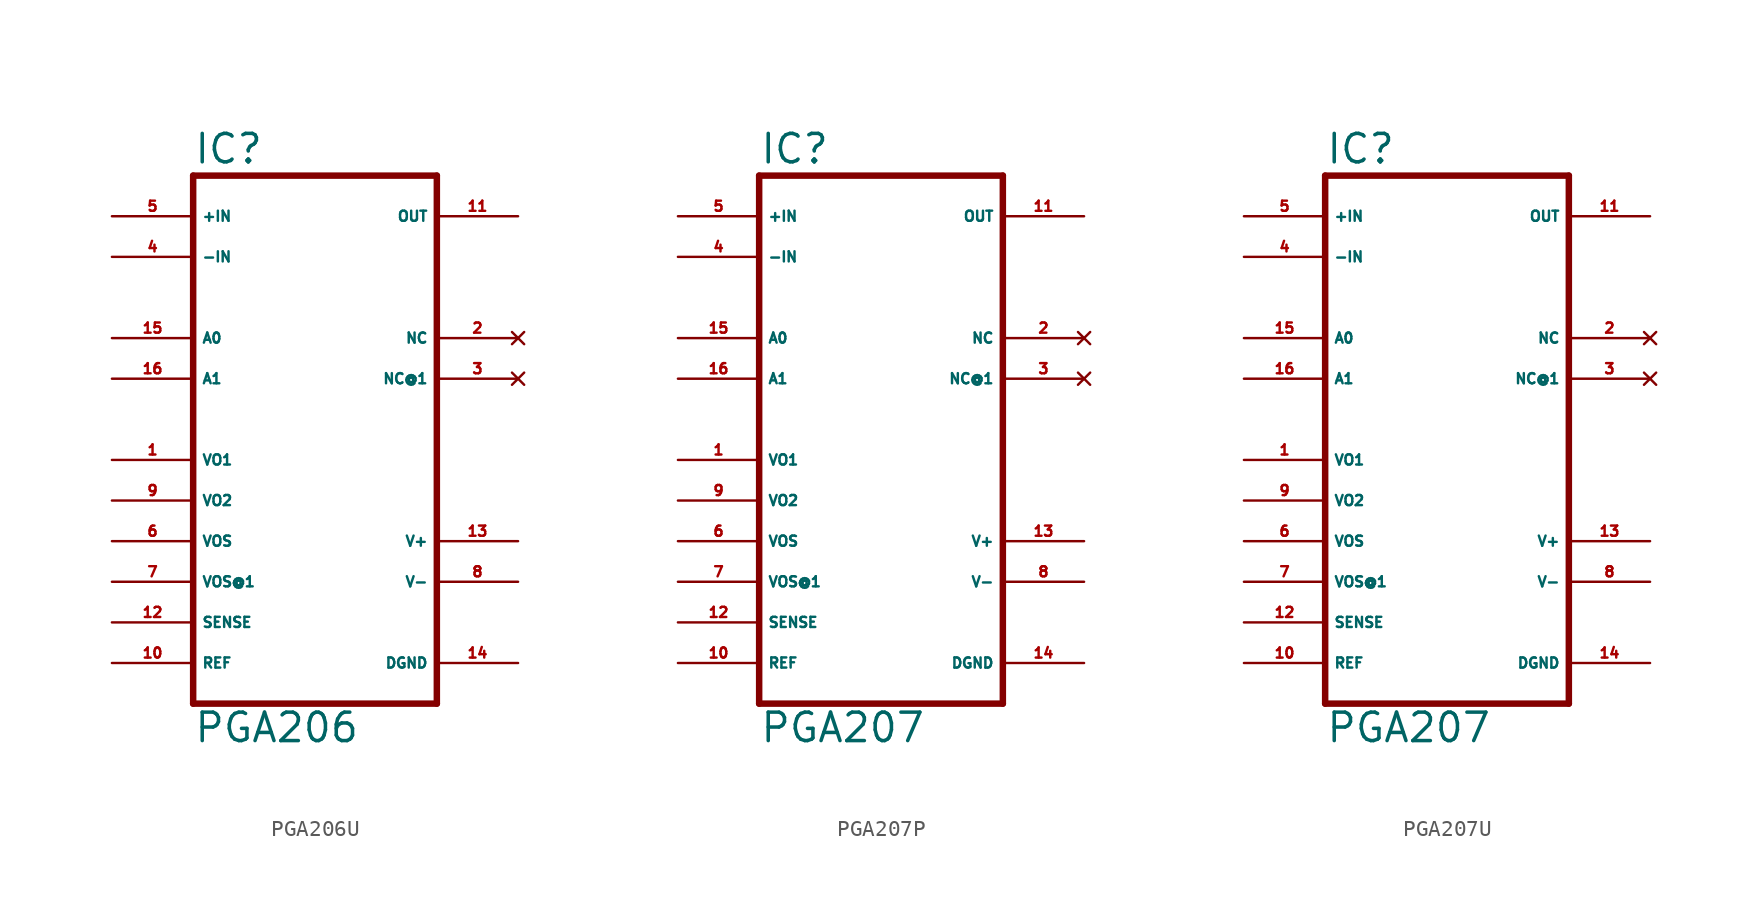
<source format=kicad_sym>
(kicad_symbol_lib
  (version 20220914)
  (generator Eagle2Kicad)
  (symbol "PGA206U"
    (property "Reference" "IC"
      (at -7.62 18.415 0)
      (effects (font (size 1.778 1.778) (thickness 0.22)) (justify left bottom)))
    (property "Value" "PGA206"
      (at -7.62 -17.78 0)
      (effects (font (size 1.778 1.778) (thickness 0.22)) (justify left bottom)))
    (polyline
      (pts (xy -7.62 -15.24) (xy 7.62 -15.24))
      (stroke (width 0.406) (type default))
      (fill (type none)))
    (polyline
      (pts (xy 7.62 -15.24) (xy 7.62 17.78))
      (stroke (width 0.406) (type default))
      (fill (type none)))
    (polyline
      (pts (xy 7.62 17.78) (xy -7.62 17.78))
      (stroke (width 0.406) (type default))
      (fill (type none)))
    (polyline
      (pts (xy -7.62 17.78) (xy -7.62 -15.24))
      (stroke (width 0.406) (type default))
      (fill (type none)))
    (pin input line
      (at -12.7 15.24 0)
      (length 5.08)
      (name "+IN" (effects (font (size 0.635 0.635) (thickness 0.08)) (justify left bottom)))
      (number "5" (effects (font (size 0.635 0.635) (thickness 0.08)) (justify left bottom))))
    (pin input line
      (at -12.7 12.7 0)
      (length 5.08)
      (name "-IN" (effects (font (size 0.635 0.635) (thickness 0.08)) (justify left bottom)))
      (number "4" (effects (font (size 0.635 0.635) (thickness 0.08)) (justify left bottom))))
    (pin input line
      (at -12.7 7.62 0)
      (length 5.08)
      (name "A0" (effects (font (size 0.635 0.635) (thickness 0.08)) (justify left bottom)))
      (number "15" (effects (font (size 0.635 0.635) (thickness 0.08)) (justify left bottom))))
    (pin input line
      (at -12.7 5.08 0)
      (length 5.08)
      (name "A1" (effects (font (size 0.635 0.635) (thickness 0.08)) (justify left bottom)))
      (number "16" (effects (font (size 0.635 0.635) (thickness 0.08)) (justify left bottom))))
    (pin output line
      (at 12.7 15.24 180)
      (length 5.08)
      (name "OUT" (effects (font (size 0.635 0.635) (thickness 0.08)) (justify left bottom)))
      (number "11" (effects (font (size 0.635 0.635) (thickness 0.08)) (justify left bottom))))
    (pin unspecified line
      (at 12.7 -5.08 180)
      (length 5.08)
      (name "V+" (effects (font (size 0.635 0.635) (thickness 0.08)) (justify left bottom)))
      (number "13" (effects (font (size 0.635 0.635) (thickness 0.08)) (justify left bottom))))
    (pin unspecified line
      (at 12.7 -7.62 180)
      (length 5.08)
      (name "V-" (effects (font (size 0.635 0.635) (thickness 0.08)) (justify left bottom)))
      (number "8" (effects (font (size 0.635 0.635) (thickness 0.08)) (justify left bottom))))
    (pin unspecified line
      (at 12.7 -12.7 180)
      (length 5.08)
      (name "DGND" (effects (font (size 0.635 0.635) (thickness 0.08)) (justify left bottom)))
      (number "14" (effects (font (size 0.635 0.635) (thickness 0.08)) (justify left bottom))))
    (pin no_connect line
      (at 12.7 7.62 180)
      (length 5.08)
      (name "NC" (effects (font (size 0.635 0.635) (thickness 0.08)) (justify left bottom) hide))
      (number "2" (effects (font (size 0.635 0.635) (thickness 0.08)) (justify left bottom) hide)))
    (pin no_connect line
      (at 12.7 5.08 180)
      (length 5.08)
      (name "NC@1" (effects (font (size 0.635 0.635) (thickness 0.08)) (justify left bottom) hide))
      (number "3" (effects (font (size 0.635 0.635) (thickness 0.08)) (justify left bottom) hide)))
    (pin passive line
      (at -12.7 0 0)
      (length 5.08)
      (name "VO1" (effects (font (size 0.635 0.635) (thickness 0.08)) (justify left bottom)))
      (number "1" (effects (font (size 0.635 0.635) (thickness 0.08)) (justify left bottom))))
    (pin passive line
      (at -12.7 -2.54 0)
      (length 5.08)
      (name "VO2" (effects (font (size 0.635 0.635) (thickness 0.08)) (justify left bottom)))
      (number "9" (effects (font (size 0.635 0.635) (thickness 0.08)) (justify left bottom))))
    (pin passive line
      (at -12.7 -5.08 0)
      (length 5.08)
      (name "VOS" (effects (font (size 0.635 0.635) (thickness 0.08)) (justify left bottom)))
      (number "6" (effects (font (size 0.635 0.635) (thickness 0.08)) (justify left bottom))))
    (pin passive line
      (at -12.7 -7.62 0)
      (length 5.08)
      (name "VOS@1" (effects (font (size 0.635 0.635) (thickness 0.08)) (justify left bottom)))
      (number "7" (effects (font (size 0.635 0.635) (thickness 0.08)) (justify left bottom))))
    (pin passive line
      (at -12.7 -10.16 0)
      (length 5.08)
      (name "SENSE" (effects (font (size 0.635 0.635) (thickness 0.08)) (justify left bottom)))
      (number "12" (effects (font (size 0.635 0.635) (thickness 0.08)) (justify left bottom))))
    (pin passive line
      (at -12.7 -12.7 0)
      (length 5.08)
      (name "REF" (effects (font (size 0.635 0.635) (thickness 0.08)) (justify left bottom)))
      (number "10" (effects (font (size 0.635 0.635) (thickness 0.08)) (justify left bottom)))))
  (symbol "PGA207P"
    (property "Reference" "IC"
      (at -7.62 18.415 0)
      (effects (font (size 1.778 1.778) (thickness 0.22)) (justify left bottom)))
    (property "Value" "PGA207"
      (at -7.62 -17.78 0)
      (effects (font (size 1.778 1.778) (thickness 0.22)) (justify left bottom)))
    (polyline
      (pts (xy -7.62 -15.24) (xy 7.62 -15.24))
      (stroke (width 0.406) (type default))
      (fill (type none)))
    (polyline
      (pts (xy 7.62 -15.24) (xy 7.62 17.78))
      (stroke (width 0.406) (type default))
      (fill (type none)))
    (polyline
      (pts (xy 7.62 17.78) (xy -7.62 17.78))
      (stroke (width 0.406) (type default))
      (fill (type none)))
    (polyline
      (pts (xy -7.62 17.78) (xy -7.62 -15.24))
      (stroke (width 0.406) (type default))
      (fill (type none)))
    (pin input line
      (at -12.7 15.24 0)
      (length 5.08)
      (name "+IN" (effects (font (size 0.635 0.635) (thickness 0.08)) (justify left bottom)))
      (number "5" (effects (font (size 0.635 0.635) (thickness 0.08)) (justify left bottom))))
    (pin input line
      (at -12.7 12.7 0)
      (length 5.08)
      (name "-IN" (effects (font (size 0.635 0.635) (thickness 0.08)) (justify left bottom)))
      (number "4" (effects (font (size 0.635 0.635) (thickness 0.08)) (justify left bottom))))
    (pin input line
      (at -12.7 7.62 0)
      (length 5.08)
      (name "A0" (effects (font (size 0.635 0.635) (thickness 0.08)) (justify left bottom)))
      (number "15" (effects (font (size 0.635 0.635) (thickness 0.08)) (justify left bottom))))
    (pin input line
      (at -12.7 5.08 0)
      (length 5.08)
      (name "A1" (effects (font (size 0.635 0.635) (thickness 0.08)) (justify left bottom)))
      (number "16" (effects (font (size 0.635 0.635) (thickness 0.08)) (justify left bottom))))
    (pin output line
      (at 12.7 15.24 180)
      (length 5.08)
      (name "OUT" (effects (font (size 0.635 0.635) (thickness 0.08)) (justify left bottom)))
      (number "11" (effects (font (size 0.635 0.635) (thickness 0.08)) (justify left bottom))))
    (pin unspecified line
      (at 12.7 -5.08 180)
      (length 5.08)
      (name "V+" (effects (font (size 0.635 0.635) (thickness 0.08)) (justify left bottom)))
      (number "13" (effects (font (size 0.635 0.635) (thickness 0.08)) (justify left bottom))))
    (pin unspecified line
      (at 12.7 -7.62 180)
      (length 5.08)
      (name "V-" (effects (font (size 0.635 0.635) (thickness 0.08)) (justify left bottom)))
      (number "8" (effects (font (size 0.635 0.635) (thickness 0.08)) (justify left bottom))))
    (pin unspecified line
      (at 12.7 -12.7 180)
      (length 5.08)
      (name "DGND" (effects (font (size 0.635 0.635) (thickness 0.08)) (justify left bottom)))
      (number "14" (effects (font (size 0.635 0.635) (thickness 0.08)) (justify left bottom))))
    (pin no_connect line
      (at 12.7 7.62 180)
      (length 5.08)
      (name "NC" (effects (font (size 0.635 0.635) (thickness 0.08)) (justify left bottom) hide))
      (number "2" (effects (font (size 0.635 0.635) (thickness 0.08)) (justify left bottom) hide)))
    (pin no_connect line
      (at 12.7 5.08 180)
      (length 5.08)
      (name "NC@1" (effects (font (size 0.635 0.635) (thickness 0.08)) (justify left bottom) hide))
      (number "3" (effects (font (size 0.635 0.635) (thickness 0.08)) (justify left bottom) hide)))
    (pin passive line
      (at -12.7 0 0)
      (length 5.08)
      (name "VO1" (effects (font (size 0.635 0.635) (thickness 0.08)) (justify left bottom)))
      (number "1" (effects (font (size 0.635 0.635) (thickness 0.08)) (justify left bottom))))
    (pin passive line
      (at -12.7 -2.54 0)
      (length 5.08)
      (name "VO2" (effects (font (size 0.635 0.635) (thickness 0.08)) (justify left bottom)))
      (number "9" (effects (font (size 0.635 0.635) (thickness 0.08)) (justify left bottom))))
    (pin passive line
      (at -12.7 -5.08 0)
      (length 5.08)
      (name "VOS" (effects (font (size 0.635 0.635) (thickness 0.08)) (justify left bottom)))
      (number "6" (effects (font (size 0.635 0.635) (thickness 0.08)) (justify left bottom))))
    (pin passive line
      (at -12.7 -7.62 0)
      (length 5.08)
      (name "VOS@1" (effects (font (size 0.635 0.635) (thickness 0.08)) (justify left bottom)))
      (number "7" (effects (font (size 0.635 0.635) (thickness 0.08)) (justify left bottom))))
    (pin passive line
      (at -12.7 -10.16 0)
      (length 5.08)
      (name "SENSE" (effects (font (size 0.635 0.635) (thickness 0.08)) (justify left bottom)))
      (number "12" (effects (font (size 0.635 0.635) (thickness 0.08)) (justify left bottom))))
    (pin passive line
      (at -12.7 -12.7 0)
      (length 5.08)
      (name "REF" (effects (font (size 0.635 0.635) (thickness 0.08)) (justify left bottom)))
      (number "10" (effects (font (size 0.635 0.635) (thickness 0.08)) (justify left bottom)))))
  (symbol "PGA207U"
    (property "Reference" "IC"
      (at -7.62 18.415 0)
      (effects (font (size 1.778 1.778) (thickness 0.22)) (justify left bottom)))
    (property "Value" "PGA207"
      (at -7.62 -17.78 0)
      (effects (font (size 1.778 1.778) (thickness 0.22)) (justify left bottom)))
    (polyline
      (pts (xy -7.62 -15.24) (xy 7.62 -15.24))
      (stroke (width 0.406) (type default))
      (fill (type none)))
    (polyline
      (pts (xy 7.62 -15.24) (xy 7.62 17.78))
      (stroke (width 0.406) (type default))
      (fill (type none)))
    (polyline
      (pts (xy 7.62 17.78) (xy -7.62 17.78))
      (stroke (width 0.406) (type default))
      (fill (type none)))
    (polyline
      (pts (xy -7.62 17.78) (xy -7.62 -15.24))
      (stroke (width 0.406) (type default))
      (fill (type none)))
    (pin input line
      (at -12.7 15.24 0)
      (length 5.08)
      (name "+IN" (effects (font (size 0.635 0.635) (thickness 0.08)) (justify left bottom)))
      (number "5" (effects (font (size 0.635 0.635) (thickness 0.08)) (justify left bottom))))
    (pin input line
      (at -12.7 12.7 0)
      (length 5.08)
      (name "-IN" (effects (font (size 0.635 0.635) (thickness 0.08)) (justify left bottom)))
      (number "4" (effects (font (size 0.635 0.635) (thickness 0.08)) (justify left bottom))))
    (pin input line
      (at -12.7 7.62 0)
      (length 5.08)
      (name "A0" (effects (font (size 0.635 0.635) (thickness 0.08)) (justify left bottom)))
      (number "15" (effects (font (size 0.635 0.635) (thickness 0.08)) (justify left bottom))))
    (pin input line
      (at -12.7 5.08 0)
      (length 5.08)
      (name "A1" (effects (font (size 0.635 0.635) (thickness 0.08)) (justify left bottom)))
      (number "16" (effects (font (size 0.635 0.635) (thickness 0.08)) (justify left bottom))))
    (pin output line
      (at 12.7 15.24 180)
      (length 5.08)
      (name "OUT" (effects (font (size 0.635 0.635) (thickness 0.08)) (justify left bottom)))
      (number "11" (effects (font (size 0.635 0.635) (thickness 0.08)) (justify left bottom))))
    (pin unspecified line
      (at 12.7 -5.08 180)
      (length 5.08)
      (name "V+" (effects (font (size 0.635 0.635) (thickness 0.08)) (justify left bottom)))
      (number "13" (effects (font (size 0.635 0.635) (thickness 0.08)) (justify left bottom))))
    (pin unspecified line
      (at 12.7 -7.62 180)
      (length 5.08)
      (name "V-" (effects (font (size 0.635 0.635) (thickness 0.08)) (justify left bottom)))
      (number "8" (effects (font (size 0.635 0.635) (thickness 0.08)) (justify left bottom))))
    (pin unspecified line
      (at 12.7 -12.7 180)
      (length 5.08)
      (name "DGND" (effects (font (size 0.635 0.635) (thickness 0.08)) (justify left bottom)))
      (number "14" (effects (font (size 0.635 0.635) (thickness 0.08)) (justify left bottom))))
    (pin no_connect line
      (at 12.7 7.62 180)
      (length 5.08)
      (name "NC" (effects (font (size 0.635 0.635) (thickness 0.08)) (justify left bottom) hide))
      (number "2" (effects (font (size 0.635 0.635) (thickness 0.08)) (justify left bottom) hide)))
    (pin no_connect line
      (at 12.7 5.08 180)
      (length 5.08)
      (name "NC@1" (effects (font (size 0.635 0.635) (thickness 0.08)) (justify left bottom) hide))
      (number "3" (effects (font (size 0.635 0.635) (thickness 0.08)) (justify left bottom) hide)))
    (pin passive line
      (at -12.7 0 0)
      (length 5.08)
      (name "VO1" (effects (font (size 0.635 0.635) (thickness 0.08)) (justify left bottom)))
      (number "1" (effects (font (size 0.635 0.635) (thickness 0.08)) (justify left bottom))))
    (pin passive line
      (at -12.7 -2.54 0)
      (length 5.08)
      (name "VO2" (effects (font (size 0.635 0.635) (thickness 0.08)) (justify left bottom)))
      (number "9" (effects (font (size 0.635 0.635) (thickness 0.08)) (justify left bottom))))
    (pin passive line
      (at -12.7 -5.08 0)
      (length 5.08)
      (name "VOS" (effects (font (size 0.635 0.635) (thickness 0.08)) (justify left bottom)))
      (number "6" (effects (font (size 0.635 0.635) (thickness 0.08)) (justify left bottom))))
    (pin passive line
      (at -12.7 -7.62 0)
      (length 5.08)
      (name "VOS@1" (effects (font (size 0.635 0.635) (thickness 0.08)) (justify left bottom)))
      (number "7" (effects (font (size 0.635 0.635) (thickness 0.08)) (justify left bottom))))
    (pin passive line
      (at -12.7 -10.16 0)
      (length 5.08)
      (name "SENSE" (effects (font (size 0.635 0.635) (thickness 0.08)) (justify left bottom)))
      (number "12" (effects (font (size 0.635 0.635) (thickness 0.08)) (justify left bottom))))
    (pin passive line
      (at -12.7 -12.7 0)
      (length 5.08)
      (name "REF" (effects (font (size 0.635 0.635) (thickness 0.08)) (justify left bottom)))
      (number "10" (effects (font (size 0.635 0.635) (thickness 0.08)) (justify left bottom))))))
</source>
